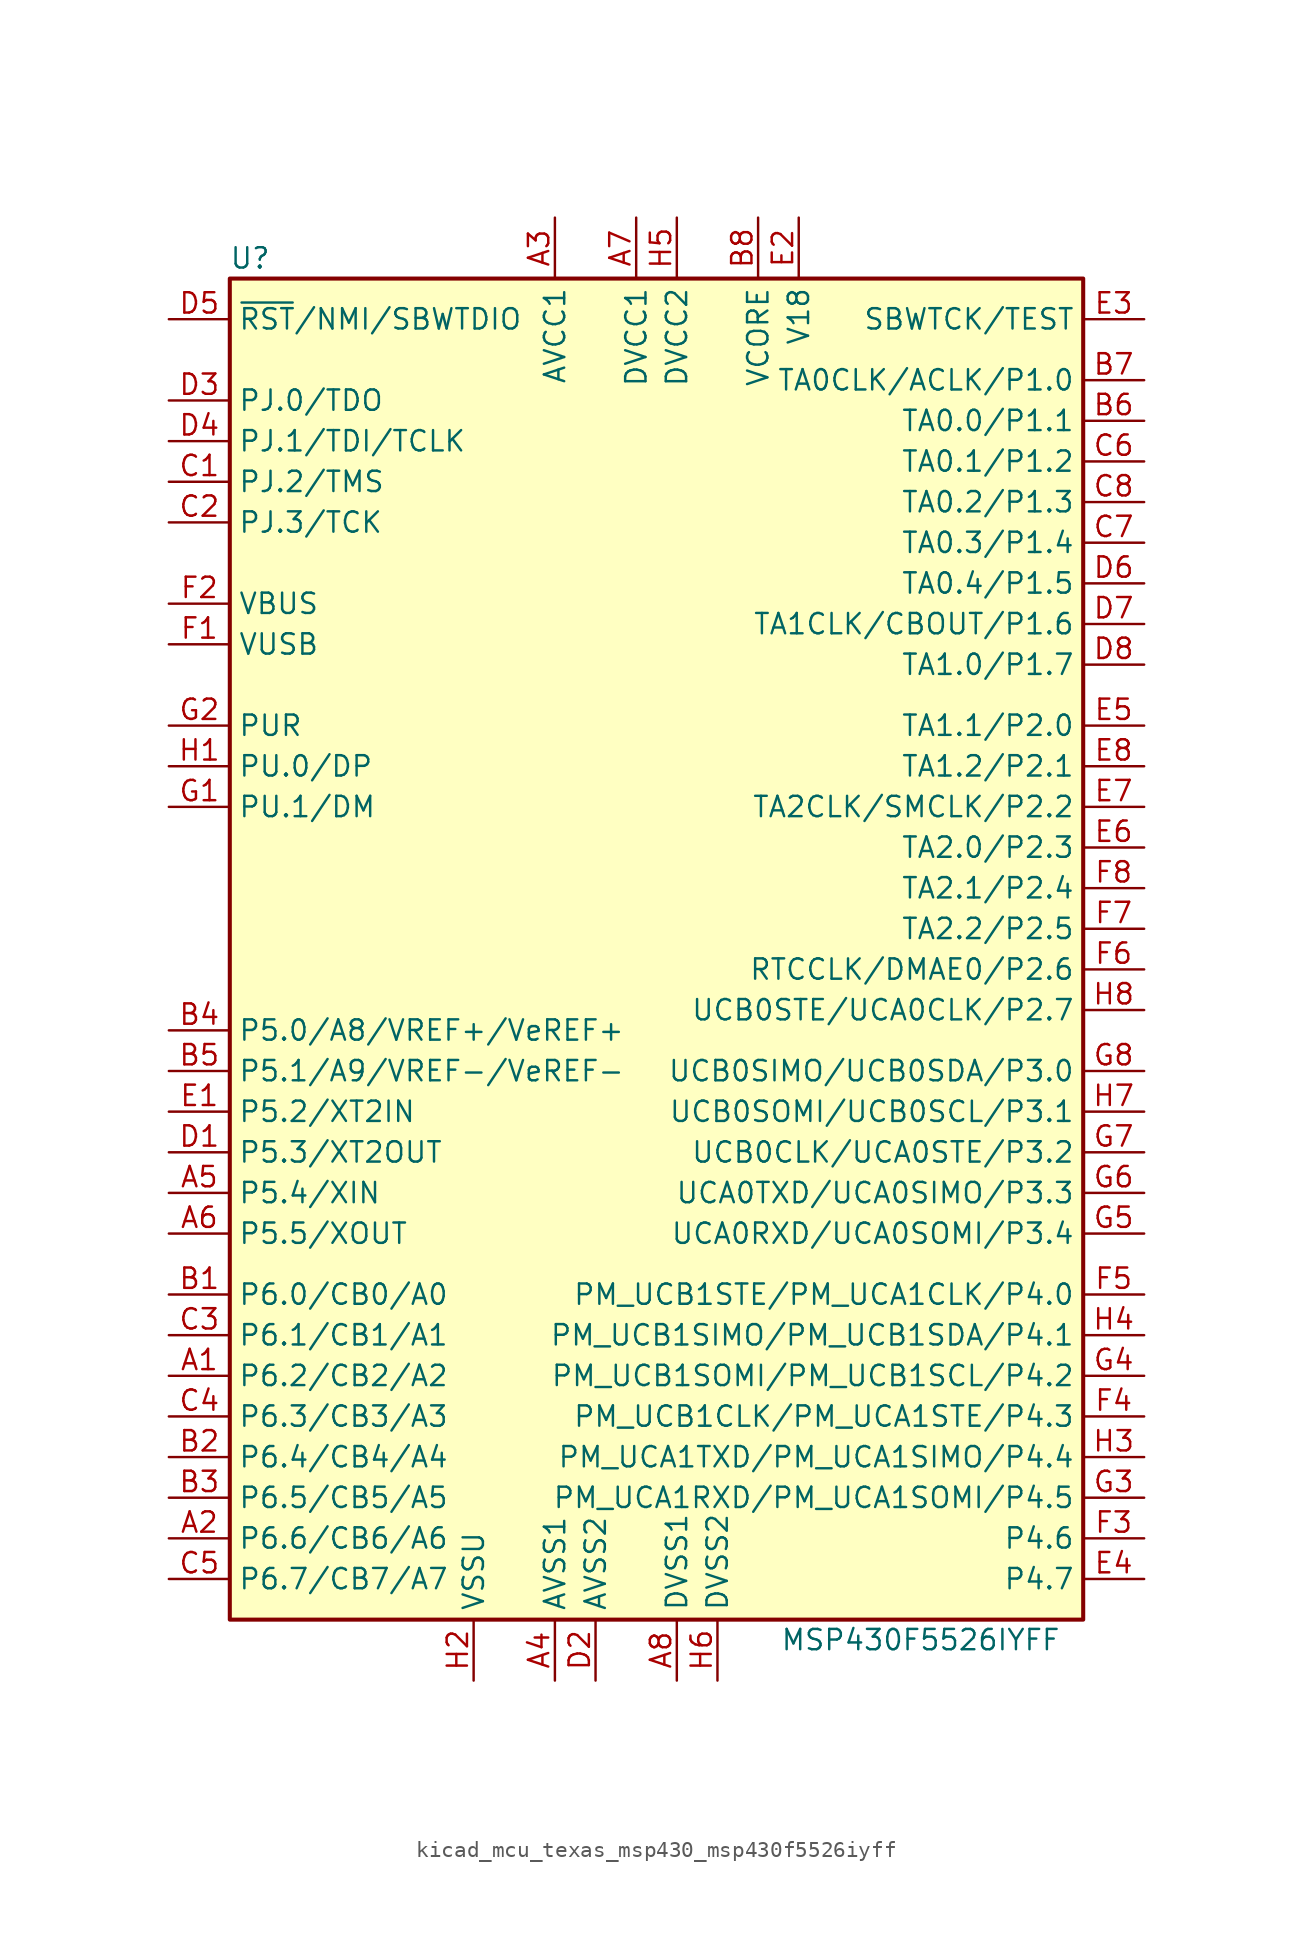
<source format=kicad_sym>
(kicad_symbol_lib
  (version 20220914)
  (generator kicad_symbol_editor)
  (symbol "kicad_mcu_texas_msp430_msp430f5526iyff"
    (property "Reference" "U"
      (at -25.4 43.18 0)
      (effects (font (size 1.27 1.27))))
    (property "Value" "MSP430F5526IYFF"
      (at 16.51 -43.18 0)
      (effects (font (size 1.27 1.27))))
    (symbol "kicad_mcu_texas_msp430_msp430f5526iyff_0_1"
      (rectangle (start -26.67 41.91) (end 26.67 -41.91) (stroke (width 0.254) (type default)) (fill (type background))))
    (symbol "kicad_mcu_texas_msp430_msp430f5526iyff_1_1"
      (pin bidirectional line (at -30.48 -26.67 0) (length 3.81) (name "P6.2/CB2/A2" (effects (font (size 1.27 1.27)))) (number "A1" (effects (font (size 1.27 1.27)))))
      (pin bidirectional line (at -30.48 -36.83 0) (length 3.81) (name "P6.6/CB6/A6" (effects (font (size 1.27 1.27)))) (number "A2" (effects (font (size 1.27 1.27)))))
      (pin power_in line (at -6.35 45.72 270) (length 3.81) (name "AVCC1" (effects (font (size 1.27 1.27)))) (number "A3" (effects (font (size 1.27 1.27)))))
      (pin power_in line (at -6.35 -45.72 90) (length 3.81) (name "AVSS1" (effects (font (size 1.27 1.27)))) (number "A4" (effects (font (size 1.27 1.27)))))
      (pin bidirectional line (at -30.48 -15.24 0) (length 3.81) (name "P5.4/XIN" (effects (font (size 1.27 1.27)))) (number "A5" (effects (font (size 1.27 1.27)))))
      (pin bidirectional line (at -30.48 -17.78 0) (length 3.81) (name "P5.5/XOUT" (effects (font (size 1.27 1.27)))) (number "A6" (effects (font (size 1.27 1.27)))))
      (pin power_in line (at -1.27 45.72 270) (length 3.81) (name "DVCC1" (effects (font (size 1.27 1.27)))) (number "A7" (effects (font (size 1.27 1.27)))))
      (pin power_in line (at 1.27 -45.72 90) (length 3.81) (name "DVSS1" (effects (font (size 1.27 1.27)))) (number "A8" (effects (font (size 1.27 1.27)))))
      (pin bidirectional line (at -30.48 -21.59 0) (length 3.81) (name "P6.0/CB0/A0" (effects (font (size 1.27 1.27)))) (number "B1" (effects (font (size 1.27 1.27)))))
      (pin bidirectional line (at -30.48 -31.75 0) (length 3.81) (name "P6.4/CB4/A4" (effects (font (size 1.27 1.27)))) (number "B2" (effects (font (size 1.27 1.27)))))
      (pin bidirectional line (at -30.48 -34.29 0) (length 3.81) (name "P6.5/CB5/A5" (effects (font (size 1.27 1.27)))) (number "B3" (effects (font (size 1.27 1.27)))))
      (pin bidirectional line (at -30.48 -5.08 0) (length 3.81) (name "P5.0/A8/VREF+/VeREF+" (effects (font (size 1.27 1.27)))) (number "B4" (effects (font (size 1.27 1.27)))))
      (pin bidirectional line (at -30.48 -7.62 0) (length 3.81) (name "P5.1/A9/VREF-/VeREF-" (effects (font (size 1.27 1.27)))) (number "B5" (effects (font (size 1.27 1.27)))))
      (pin bidirectional line (at 30.48 33.02 180) (length 3.81) (name "TA0.0/P1.1" (effects (font (size 1.27 1.27)))) (number "B6" (effects (font (size 1.27 1.27)))))
      (pin bidirectional line (at 30.48 35.56 180) (length 3.81) (name "TA0CLK/ACLK/P1.0" (effects (font (size 1.27 1.27)))) (number "B7" (effects (font (size 1.27 1.27)))))
      (pin bidirectional line (at 6.35 45.72 270) (length 3.81) (name "VCORE" (effects (font (size 1.27 1.27)))) (number "B8" (effects (font (size 1.27 1.27)))))
      (pin bidirectional line (at -30.48 29.21 0) (length 3.81) (name "PJ.2/TMS" (effects (font (size 1.27 1.27)))) (number "C1" (effects (font (size 1.27 1.27)))))
      (pin bidirectional line (at -30.48 26.67 0) (length 3.81) (name "PJ.3/TCK" (effects (font (size 1.27 1.27)))) (number "C2" (effects (font (size 1.27 1.27)))))
      (pin bidirectional line (at -30.48 -24.13 0) (length 3.81) (name "P6.1/CB1/A1" (effects (font (size 1.27 1.27)))) (number "C3" (effects (font (size 1.27 1.27)))))
      (pin bidirectional line (at -30.48 -29.21 0) (length 3.81) (name "P6.3/CB3/A3" (effects (font (size 1.27 1.27)))) (number "C4" (effects (font (size 1.27 1.27)))))
      (pin bidirectional line (at -30.48 -39.37 0) (length 3.81) (name "P6.7/CB7/A7" (effects (font (size 1.27 1.27)))) (number "C5" (effects (font (size 1.27 1.27)))))
      (pin bidirectional line (at 30.48 30.48 180) (length 3.81) (name "TA0.1/P1.2" (effects (font (size 1.27 1.27)))) (number "C6" (effects (font (size 1.27 1.27)))))
      (pin bidirectional line (at 30.48 25.4 180) (length 3.81) (name "TA0.3/P1.4" (effects (font (size 1.27 1.27)))) (number "C7" (effects (font (size 1.27 1.27)))))
      (pin bidirectional line (at 30.48 27.94 180) (length 3.81) (name "TA0.2/P1.3" (effects (font (size 1.27 1.27)))) (number "C8" (effects (font (size 1.27 1.27)))))
      (pin bidirectional line (at -30.48 -12.7 0) (length 3.81) (name "P5.3/XT2OUT" (effects (font (size 1.27 1.27)))) (number "D1" (effects (font (size 1.27 1.27)))))
      (pin power_in line (at -3.81 -45.72 90) (length 3.81) (name "AVSS2" (effects (font (size 1.27 1.27)))) (number "D2" (effects (font (size 1.27 1.27)))))
      (pin bidirectional line (at -30.48 34.29 0) (length 3.81) (name "PJ.0/TDO" (effects (font (size 1.27 1.27)))) (number "D3" (effects (font (size 1.27 1.27)))))
      (pin bidirectional line (at -30.48 31.75 0) (length 3.81) (name "PJ.1/TDI/TCLK" (effects (font (size 1.27 1.27)))) (number "D4" (effects (font (size 1.27 1.27)))))
      (pin input line (at -30.48 39.37 0) (length 3.81) (name "~{RST}/NMI/SBWTDIO" (effects (font (size 1.27 1.27)))) (number "D5" (effects (font (size 1.27 1.27)))))
      (pin bidirectional line (at 30.48 22.86 180) (length 3.81) (name "TA0.4/P1.5" (effects (font (size 1.27 1.27)))) (number "D6" (effects (font (size 1.27 1.27)))))
      (pin bidirectional line (at 30.48 20.32 180) (length 3.81) (name "TA1CLK/CBOUT/P1.6" (effects (font (size 1.27 1.27)))) (number "D7" (effects (font (size 1.27 1.27)))))
      (pin bidirectional line (at 30.48 17.78 180) (length 3.81) (name "TA1.0/P1.7" (effects (font (size 1.27 1.27)))) (number "D8" (effects (font (size 1.27 1.27)))))
      (pin bidirectional line (at -30.48 -10.16 0) (length 3.81) (name "P5.2/XT2IN" (effects (font (size 1.27 1.27)))) (number "E1" (effects (font (size 1.27 1.27)))))
      (pin passive line (at 8.89 45.72 270) (length 3.81) (name "V18" (effects (font (size 1.27 1.27)))) (number "E2" (effects (font (size 1.27 1.27)))))
      (pin input line (at 30.48 39.37 180) (length 3.81) (name "SBWTCK/TEST" (effects (font (size 1.27 1.27)))) (number "E3" (effects (font (size 1.27 1.27)))))
      (pin bidirectional line (at 30.48 -39.37 180) (length 3.81) (name "P4.7" (effects (font (size 1.27 1.27)))) (number "E4" (effects (font (size 1.27 1.27)))))
      (pin bidirectional line (at 30.48 13.97 180) (length 3.81) (name "TA1.1/P2.0" (effects (font (size 1.27 1.27)))) (number "E5" (effects (font (size 1.27 1.27)))))
      (pin bidirectional line (at 30.48 6.35 180) (length 3.81) (name "TA2.0/P2.3" (effects (font (size 1.27 1.27)))) (number "E6" (effects (font (size 1.27 1.27)))))
      (pin bidirectional line (at 30.48 8.89 180) (length 3.81) (name "TA2CLK/SMCLK/P2.2" (effects (font (size 1.27 1.27)))) (number "E7" (effects (font (size 1.27 1.27)))))
      (pin bidirectional line (at 30.48 11.43 180) (length 3.81) (name "TA1.2/P2.1" (effects (font (size 1.27 1.27)))) (number "E8" (effects (font (size 1.27 1.27)))))
      (pin power_out line (at -30.48 19.05 0) (length 3.81) (name "VUSB" (effects (font (size 1.27 1.27)))) (number "F1" (effects (font (size 1.27 1.27)))))
      (pin power_in line (at -30.48 21.59 0) (length 3.81) (name "VBUS" (effects (font (size 1.27 1.27)))) (number "F2" (effects (font (size 1.27 1.27)))))
      (pin bidirectional line (at 30.48 -36.83 180) (length 3.81) (name "P4.6" (effects (font (size 1.27 1.27)))) (number "F3" (effects (font (size 1.27 1.27)))))
      (pin bidirectional line (at 30.48 -29.21 180) (length 3.81) (name "PM_UCB1CLK/PM_UCA1STE/P4.3" (effects (font (size 1.27 1.27)))) (number "F4" (effects (font (size 1.27 1.27)))))
      (pin bidirectional line (at 30.48 -21.59 180) (length 3.81) (name "PM_UCB1STE/PM_UCA1CLK/P4.0" (effects (font (size 1.27 1.27)))) (number "F5" (effects (font (size 1.27 1.27)))))
      (pin bidirectional line (at 30.48 -1.27 180) (length 3.81) (name "RTCCLK/DMAE0/P2.6" (effects (font (size 1.27 1.27)))) (number "F6" (effects (font (size 1.27 1.27)))))
      (pin bidirectional line (at 30.48 1.27 180) (length 3.81) (name "TA2.2/P2.5" (effects (font (size 1.27 1.27)))) (number "F7" (effects (font (size 1.27 1.27)))))
      (pin bidirectional line (at 30.48 3.81 180) (length 3.81) (name "TA2.1/P2.4" (effects (font (size 1.27 1.27)))) (number "F8" (effects (font (size 1.27 1.27)))))
      (pin bidirectional line (at -30.48 8.89 0) (length 3.81) (name "PU.1/DM" (effects (font (size 1.27 1.27)))) (number "G1" (effects (font (size 1.27 1.27)))))
      (pin bidirectional line (at -30.48 13.97 0) (length 3.81) (name "PUR" (effects (font (size 1.27 1.27)))) (number "G2" (effects (font (size 1.27 1.27)))))
      (pin bidirectional line (at 30.48 -34.29 180) (length 3.81) (name "PM_UCA1RXD/PM_UCA1SOMI/P4.5" (effects (font (size 1.27 1.27)))) (number "G3" (effects (font (size 1.27 1.27)))))
      (pin bidirectional line (at 30.48 -26.67 180) (length 3.81) (name "PM_UCB1SOMI/PM_UCB1SCL/P4.2" (effects (font (size 1.27 1.27)))) (number "G4" (effects (font (size 1.27 1.27)))))
      (pin bidirectional line (at 30.48 -17.78 180) (length 3.81) (name "UCA0RXD/UCA0SOMI/P3.4" (effects (font (size 1.27 1.27)))) (number "G5" (effects (font (size 1.27 1.27)))))
      (pin bidirectional line (at 30.48 -15.24 180) (length 3.81) (name "UCA0TXD/UCA0SIMO/P3.3" (effects (font (size 1.27 1.27)))) (number "G6" (effects (font (size 1.27 1.27)))))
      (pin bidirectional line (at 30.48 -12.7 180) (length 3.81) (name "UCB0CLK/UCA0STE/P3.2" (effects (font (size 1.27 1.27)))) (number "G7" (effects (font (size 1.27 1.27)))))
      (pin bidirectional line (at 30.48 -7.62 180) (length 3.81) (name "UCB0SIMO/UCB0SDA/P3.0" (effects (font (size 1.27 1.27)))) (number "G8" (effects (font (size 1.27 1.27)))))
      (pin bidirectional line (at -30.48 11.43 0) (length 3.81) (name "PU.0/DP" (effects (font (size 1.27 1.27)))) (number "H1" (effects (font (size 1.27 1.27)))))
      (pin power_in line (at -11.43 -45.72 90) (length 3.81) (name "VSSU" (effects (font (size 1.27 1.27)))) (number "H2" (effects (font (size 1.27 1.27)))))
      (pin bidirectional line (at 30.48 -31.75 180) (length 3.81) (name "PM_UCA1TXD/PM_UCA1SIMO/P4.4" (effects (font (size 1.27 1.27)))) (number "H3" (effects (font (size 1.27 1.27)))))
      (pin bidirectional line (at 30.48 -24.13 180) (length 3.81) (name "PM_UCB1SIMO/PM_UCB1SDA/P4.1" (effects (font (size 1.27 1.27)))) (number "H4" (effects (font (size 1.27 1.27)))))
      (pin power_in line (at 1.27 45.72 270) (length 3.81) (name "DVCC2" (effects (font (size 1.27 1.27)))) (number "H5" (effects (font (size 1.27 1.27)))))
      (pin power_in line (at 3.81 -45.72 90) (length 3.81) (name "DVSS2" (effects (font (size 1.27 1.27)))) (number "H6" (effects (font (size 1.27 1.27)))))
      (pin bidirectional line (at 30.48 -10.16 180) (length 3.81) (name "UCB0SOMI/UCB0SCL/P3.1" (effects (font (size 1.27 1.27)))) (number "H7" (effects (font (size 1.27 1.27)))))
      (pin bidirectional line (at 30.48 -3.81 180) (length 3.81) (name "UCB0STE/UCA0CLK/P2.7" (effects (font (size 1.27 1.27)))) (number "H8" (effects (font (size 1.27 1.27))))))))
</source>
